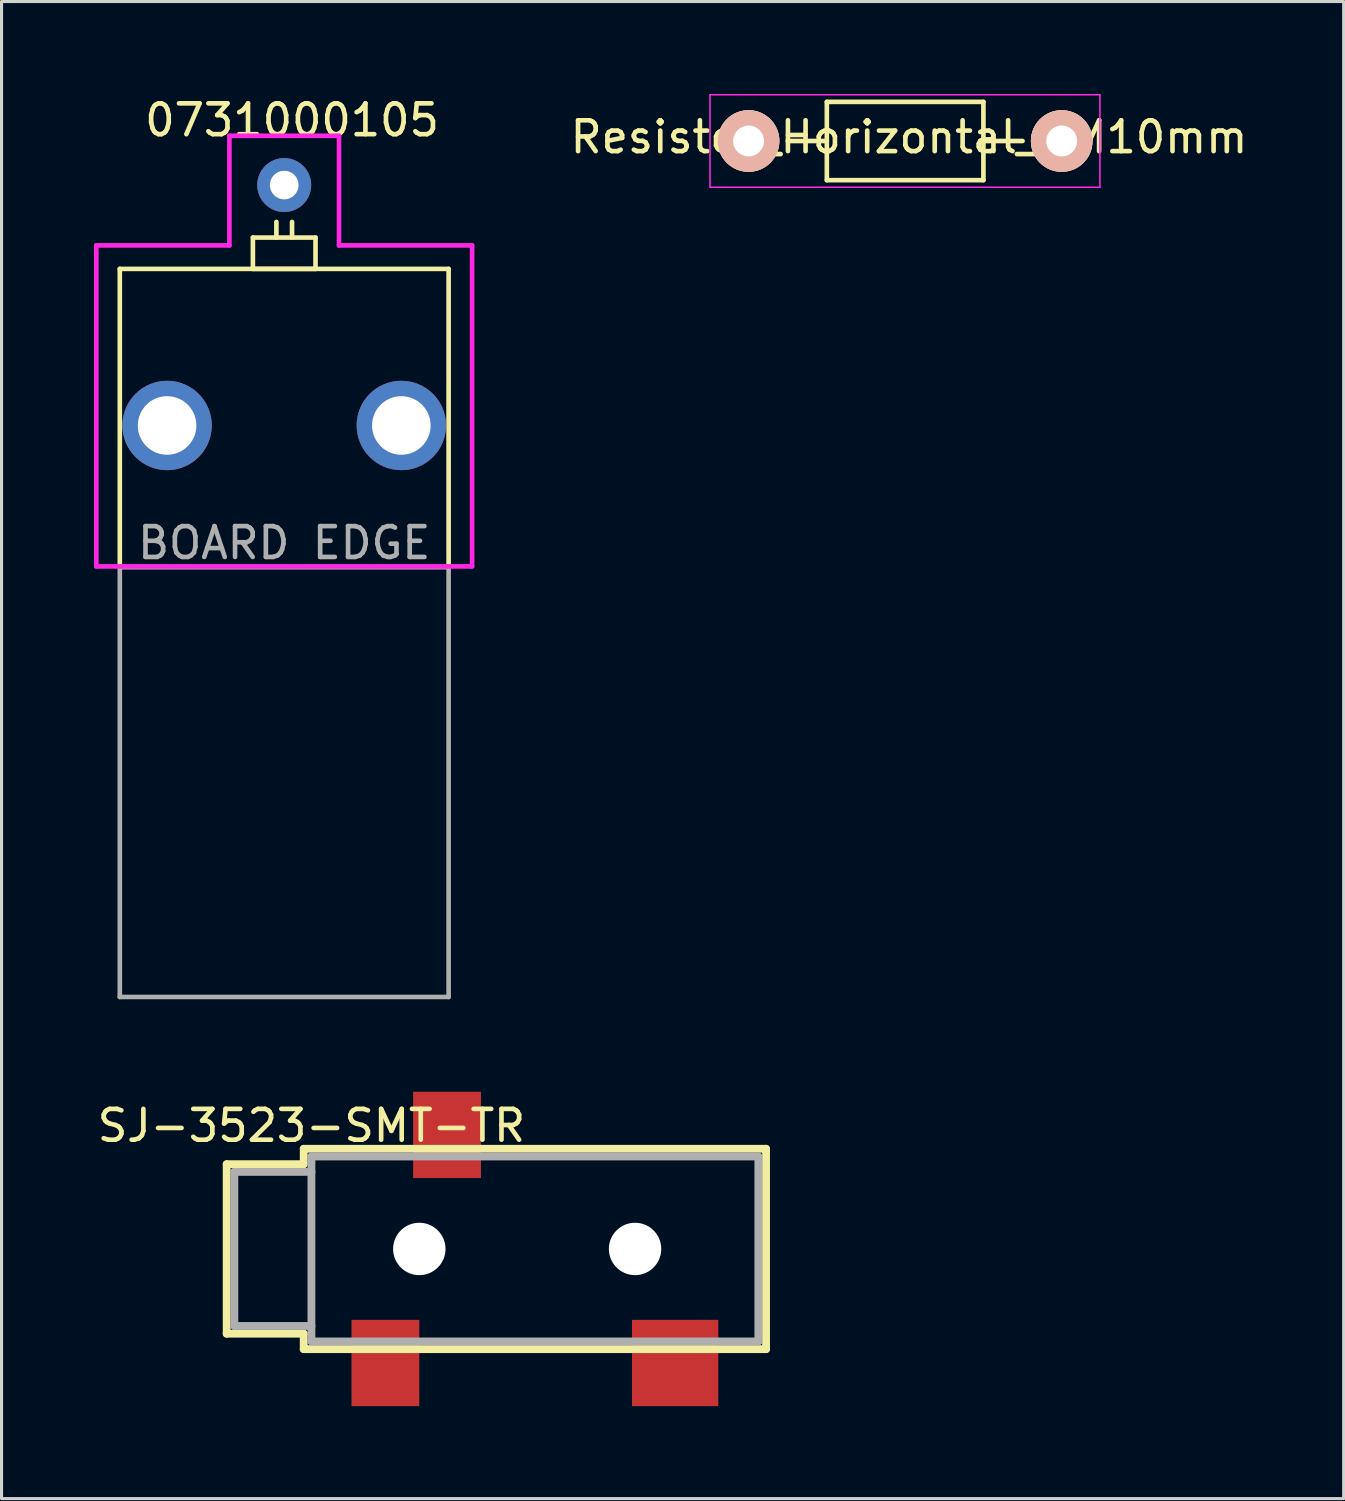
<source format=kicad_pcb>
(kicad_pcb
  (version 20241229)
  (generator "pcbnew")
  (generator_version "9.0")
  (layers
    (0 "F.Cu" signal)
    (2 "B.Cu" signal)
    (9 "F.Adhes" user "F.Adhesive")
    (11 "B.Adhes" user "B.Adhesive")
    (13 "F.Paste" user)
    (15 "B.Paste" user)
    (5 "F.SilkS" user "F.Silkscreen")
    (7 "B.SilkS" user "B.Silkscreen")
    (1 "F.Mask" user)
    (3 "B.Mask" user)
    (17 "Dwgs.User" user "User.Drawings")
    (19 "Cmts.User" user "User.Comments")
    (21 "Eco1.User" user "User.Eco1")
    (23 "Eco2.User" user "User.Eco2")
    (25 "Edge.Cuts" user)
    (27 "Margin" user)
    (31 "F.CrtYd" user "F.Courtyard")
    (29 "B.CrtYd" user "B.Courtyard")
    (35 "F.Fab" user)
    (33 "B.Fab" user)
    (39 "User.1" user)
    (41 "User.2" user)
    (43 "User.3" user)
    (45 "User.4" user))
  (footprint "SJ-3523-SMT-TR"
    (layer "F.Cu")
    (at 7.054 37.471)
    (property "Reference" "SJ-3523-SMT-TR" (at 0 -4 0) (layer "F.SilkS") (effects (font (size 1 1) (thickness 0.15))))
    (attr through_hole)
    (fp_line (start -2.75 -2.75) (end -2.75 2.75) (stroke (width 0.254) (type solid)) (layer "F.SilkS"))
    (fp_line (start -2.75 2.75) (end -0.25 2.75) (stroke (width 0.254) (type solid)) (layer "F.SilkS"))
    (fp_line (start -0.25 -3.25) (end -0.25 -2.75) (stroke (width 0.254) (type solid)) (layer "F.SilkS"))
    (fp_line (start -0.25 -2.75) (end -2.75 -2.75) (stroke (width 0.254) (type solid)) (layer "F.SilkS"))
    (fp_line (start -0.25 2.75) (end -0.25 3.25) (stroke (width 0.254) (type solid)) (layer "F.SilkS"))
    (fp_line (start -0.25 3.25) (end 14.75 3.25) (stroke (width 0.254) (type solid)) (layer "F.SilkS"))
    (fp_line (start 14.75 -3.25) (end -0.25 -3.25) (stroke (width 0.254) (type solid)) (layer "F.SilkS"))
    (fp_line (start 14.75 3.25) (end 14.75 -3.25) (stroke (width 0.254) (type solid)) (layer "F.SilkS"))
    (fp_line (start -2.5 -2.5) (end -2.5 2.5) (stroke (width 0.254) (type solid)) (layer "F.Fab"))
    (fp_line (start -2.5 2.5) (end 0 2.5) (stroke (width 0.254) (type solid)) (layer "F.Fab"))
    (fp_line (start 0 -3) (end 14.5 -3) (stroke (width 0.254) (type solid)) (layer "F.Fab"))
    (fp_line (start 0 -2.5) (end -2.5 -2.5) (stroke (width 0.254) (type solid)) (layer "F.Fab"))
    (fp_line (start 0 3) (end 0 -3) (stroke (width 0.254) (type solid)) (layer "F.Fab"))
    (fp_line (start 14.5 -3) (end 14.5 3) (stroke (width 0.254) (type solid)) (layer "F.Fab"))
    (fp_line (start 14.5 3) (end 0 3) (stroke (width 0.254) (type solid)) (layer "F.Fab"))
    (pad "" np_thru_hole circle (at 3.5 0) (size 1.7 1.7) (drill 1.7) (layers "*.Cu" "*.Mask"))
    (pad "" np_thru_hole circle (at 10.5 0) (size 1.7 1.7) (drill 1.7) (layers "*.Cu" "*.Mask"))
    (pad "1" smd rect (at 2.4 3.7) (size 2.2 2.8) (layers "F.Cu" "F.Mask" "F.Paste"))
    (pad "2" smd rect (at 11.8 3.7) (size 2.8 2.8) (layers "F.Cu" "F.Mask" "F.Paste"))
    (pad "3" smd rect (at 4.4 -3.7) (size 2.2 2.8) (layers "F.Cu" "F.Mask" "F.Paste")))
  (footprint "0731000105"
    (layer "F.Cu")
    (at 6.171 10.754)
    (property "Reference" "0731000105" (at 0.254 -9.906 0) (layer "F.SilkS") (effects (font (size 1 1) (thickness 0.15))))
    (attr through_hole)
    (fp_line (start -5.334 -5.08) (end -5.334 4.572) (stroke (width 0.15) (type solid)) (layer "F.SilkS"))
    (fp_line (start -5.334 -5.08) (end 5.334 -5.08) (stroke (width 0.15) (type solid)) (layer "F.SilkS"))
    (fp_line (start -1.016 -6.096) (end 1.016 -6.096) (stroke (width 0.15) (type solid)) (layer "F.SilkS"))
    (fp_line (start -1.016 -5.08) (end -1.016 -6.096) (stroke (width 0.15) (type solid)) (layer "F.SilkS"))
    (fp_line (start -0.254 -6.096) (end -0.254 -6.604) (stroke (width 0.15) (type solid)) (layer "F.SilkS"))
    (fp_line (start 0.254 -6.096) (end 0.254 -6.604) (stroke (width 0.15) (type solid)) (layer "F.SilkS"))
    (fp_line (start 1.016 -6.096) (end 1.016 -5.08) (stroke (width 0.15) (type solid)) (layer "F.SilkS"))
    (fp_line (start 1.016 -5.08) (end -1.016 -5.08) (stroke (width 0.15) (type solid)) (layer "F.SilkS"))
    (fp_line (start 5.334 -5.08) (end 5.334 4.572) (stroke (width 0.15) (type solid)) (layer "F.SilkS"))
    (fp_line (start -6.096 -5.842) (end -1.778 -5.842) (stroke (width 0.15) (type solid)) (layer "F.CrtYd"))
    (fp_line (start -6.096 4.572) (end -6.096 -5.842) (stroke (width 0.15) (type solid)) (layer "F.CrtYd"))
    (fp_line (start -1.778 -9.398) (end 1.778 -9.398) (stroke (width 0.15) (type solid)) (layer "F.CrtYd"))
    (fp_line (start -1.778 -5.842) (end -1.778 -9.398) (stroke (width 0.15) (type solid)) (layer "F.CrtYd"))
    (fp_line (start 1.778 -9.398) (end 1.778 -5.842) (stroke (width 0.15) (type solid)) (layer "F.CrtYd"))
    (fp_line (start 1.778 -5.842) (end 6.096 -5.842) (stroke (width 0.15) (type solid)) (layer "F.CrtYd"))
    (fp_line (start 6.096 -5.842) (end 6.096 4.572) (stroke (width 0.15) (type solid)) (layer "F.CrtYd"))
    (fp_line (start 6.096 4.572) (end -6.096 4.572) (stroke (width 0.15) (type solid)) (layer "F.CrtYd"))
    (fp_line (start -5.334 4.572) (end -5.334 18.542) (stroke (width 0.15) (type solid)) (layer "F.Fab"))
    (fp_line (start -5.334 4.6) (end 5.334 4.6) (stroke (width 0.15) (type solid)) (layer "F.Fab"))
    (fp_line (start -5.334 18.542) (end 5.334 18.542) (stroke (width 0.15) (type solid)) (layer "F.Fab"))
    (fp_line (start 5.334 4.572) (end 5.334 18.542) (stroke (width 0.15) (type solid)) (layer "F.Fab"))
    (fp_text user "BOARD EDGE" (at 0 3.81 0) (layer "F.Fab") (effects (font (size 1 1) (thickness 0.15))))
    (pad "1" thru_hole circle (at 0 -7.8) (size 1.75 1.75) (drill 0.93) (layers "*.Cu" "*.Mask"))
    (pad "2" thru_hole circle (at -3.8 0) (size 2.9 2.9) (drill 1.9) (layers "*.Cu" "*.Mask"))
    (pad "3" thru_hole circle (at 3.8 0) (size 2.9 2.9) (drill 1.9) (layers "*.Cu" "*.Mask")))
  (footprint "Resistor_Horizontal_RM10mm"
    (layer "F.Cu")
    (at 21.236 1.525)
    (property "Reference" "Resistor_Horizontal_RM10mm" (at 5.207 -0.127 0) (layer "F.SilkS") (effects (font (size 1 1) (thickness 0.15))))
    (attr through_hole)
    (fp_line (start 2.54 -1.27) (end 7.62 -1.27) (stroke (width 0.15) (type solid)) (layer "F.SilkS"))
    (fp_line (start 2.54 0) (end 1.27 0) (stroke (width 0.15) (type solid)) (layer "F.SilkS"))
    (fp_line (start 2.54 1.27) (end 2.54 -1.27) (stroke (width 0.15) (type solid)) (layer "F.SilkS"))
    (fp_line (start 7.62 -1.27) (end 7.62 1.27) (stroke (width 0.15) (type solid)) (layer "F.SilkS"))
    (fp_line (start 7.62 0) (end 8.89 0) (stroke (width 0.15) (type solid)) (layer "F.SilkS"))
    (fp_line (start 7.62 1.27) (end 2.54 1.27) (stroke (width 0.15) (type solid)) (layer "F.SilkS"))
    (fp_line (start -1.25 -1.5) (end 11.4 -1.5) (stroke (width 0.05) (type solid)) (layer "F.CrtYd"))
    (fp_line (start -1.25 1.5) (end -1.25 -1.5) (stroke (width 0.05) (type solid)) (layer "F.CrtYd"))
    (fp_line (start -1.25 1.5) (end 11.4 1.5) (stroke (width 0.05) (type solid)) (layer "F.CrtYd"))
    (fp_line (start 11.4 -1.5) (end 11.4 1.5) (stroke (width 0.05) (type solid)) (layer "F.CrtYd"))
    (pad "1" thru_hole circle (at 0 0) (size 1.999 1.999) (drill 1.001) (layers "*.Cu" "*.SilkS" "*.Mask"))
    (pad "2" thru_hole circle (at 10.16 0) (size 1.999 1.999) (drill 1.001) (layers "*.Cu" "*.SilkS" "*.Mask")))
  (gr_rect
    (start -3 -3)
    (end 40.544 45.571)
    (stroke (width 0.1) (type default))
    (fill no)
    (layer "Edge.Cuts")))
</source>
